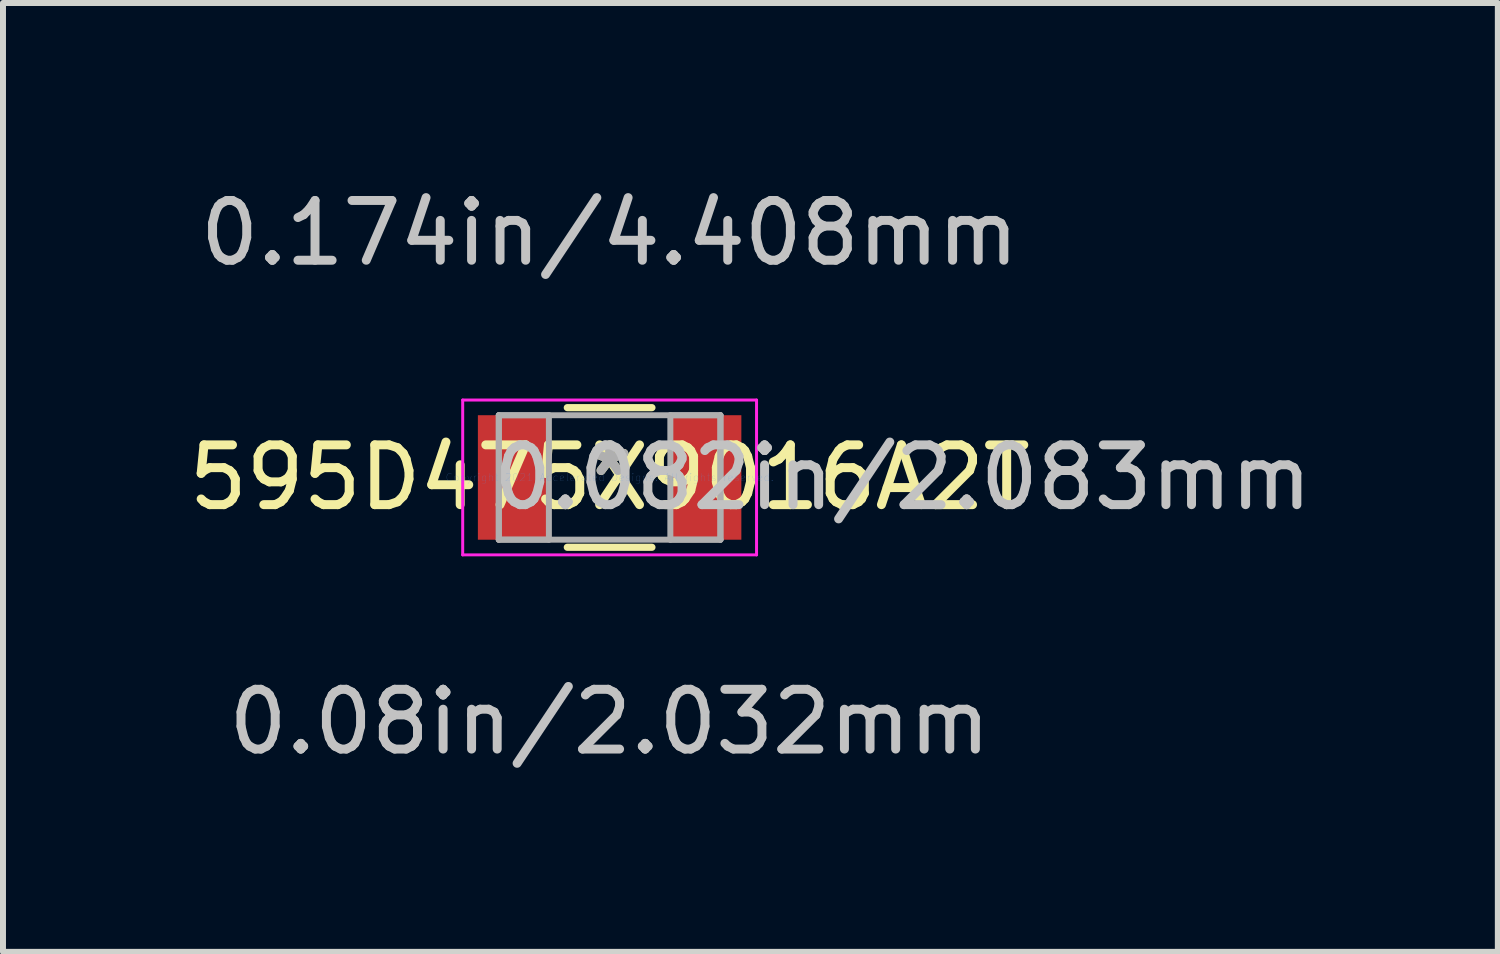
<source format=kicad_pcb>
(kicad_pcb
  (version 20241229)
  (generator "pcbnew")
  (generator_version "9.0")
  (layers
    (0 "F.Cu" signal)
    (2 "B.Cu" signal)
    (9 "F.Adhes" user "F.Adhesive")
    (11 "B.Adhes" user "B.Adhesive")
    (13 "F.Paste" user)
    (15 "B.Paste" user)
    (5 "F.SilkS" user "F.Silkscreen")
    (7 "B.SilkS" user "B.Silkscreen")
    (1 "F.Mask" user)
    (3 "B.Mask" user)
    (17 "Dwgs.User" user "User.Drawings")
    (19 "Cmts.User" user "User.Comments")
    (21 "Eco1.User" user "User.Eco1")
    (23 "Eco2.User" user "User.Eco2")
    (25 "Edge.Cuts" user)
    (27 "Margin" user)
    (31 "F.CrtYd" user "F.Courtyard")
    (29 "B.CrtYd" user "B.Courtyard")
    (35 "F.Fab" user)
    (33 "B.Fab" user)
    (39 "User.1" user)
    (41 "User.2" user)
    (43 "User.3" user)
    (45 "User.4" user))
  (footprint "595D475X9016A2T"
    (layer "F.Cu")
    (at 7.149 4.938)
    (property "Reference" "595D475X9016A2T" (at 0 0 0) (layer "F.SilkS") (effects (font (size 1 1) (thickness 0.15))))
    (attr through_hole)
    (fp_line (start -0.708 1.168) (end 0.708 1.168) (stroke (width 0.12) (type solid)) (layer "F.SilkS"))
    (fp_line (start 0.708 -1.168) (end -0.708 -1.168) (stroke (width 0.12) (type solid)) (layer "F.SilkS"))
    (fp_line (start -2.458 -1.295) (end 2.458 -1.295) (stroke (width 0.05) (type solid)) (layer "F.CrtYd"))
    (fp_line (start -2.458 1.295) (end -2.458 -1.295) (stroke (width 0.05) (type solid)) (layer "F.CrtYd"))
    (fp_line (start 2.458 -1.295) (end 2.458 1.295) (stroke (width 0.05) (type solid)) (layer "F.CrtYd"))
    (fp_line (start 2.458 1.295) (end -2.458 1.295) (stroke (width 0.05) (type solid)) (layer "F.CrtYd"))
    (fp_line (start -1.854 -1.041) (end -1.854 1.041) (stroke (width 0.1) (type solid)) (layer "F.Fab"))
    (fp_line (start -1.854 -1.041) (end -1.854 1.041) (stroke (width 0.1) (type solid)) (layer "F.Fab"))
    (fp_line (start -1.854 1.041) (end -1.016 1.041) (stroke (width 0.1) (type solid)) (layer "F.Fab"))
    (fp_line (start -1.854 1.041) (end 1.854 1.041) (stroke (width 0.1) (type solid)) (layer "F.Fab"))
    (fp_line (start -1.016 -1.041) (end -1.854 -1.041) (stroke (width 0.1) (type solid)) (layer "F.Fab"))
    (fp_line (start -1.016 1.041) (end -1.016 -1.041) (stroke (width 0.1) (type solid)) (layer "F.Fab"))
    (fp_line (start 1.016 -1.041) (end 1.016 1.041) (stroke (width 0.1) (type solid)) (layer "F.Fab"))
    (fp_line (start 1.016 1.041) (end 1.854 1.041) (stroke (width 0.1) (type solid)) (layer "F.Fab"))
    (fp_line (start 1.854 -1.041) (end -1.854 -1.041) (stroke (width 0.1) (type solid)) (layer "F.Fab"))
    (fp_line (start 1.854 -1.041) (end 1.016 -1.041) (stroke (width 0.1) (type solid)) (layer "F.Fab"))
    (fp_line (start 1.854 1.041) (end 1.854 -1.041) (stroke (width 0.1) (type solid)) (layer "F.Fab"))
    (fp_line (start 1.854 1.041) (end 1.854 -1.041) (stroke (width 0.1) (type solid)) (layer "F.Fab"))
    (fp_text user "*" (at 0 0 0) (layer "F.SilkS") (effects (font (size 1 1) (thickness 0.15))))
    (fp_text user "0.082in/2.083mm" (at 4.902 0 0) (layer "Dwgs.User") (effects (font (size 1 1) (thickness 0.15))))
    (fp_text user "0.174in/4.408mm" (at 0 -4.089 0) (layer "Dwgs.User") (effects (font (size 1 1) (thickness 0.15))))
    (fp_text user "0.08in/2.032mm" (at 0 4.089 0) (layer "Dwgs.User") (effects (font (size 1 1) (thickness 0.15))))
    (fp_text user "Copyright 2021 Accelerated Designs. All rights reserved." (at 0 0 0) (layer "Cmts.User") (effects (font (size 0.127 0.127) (thickness 0.002))))
    (fp_text user "*" (at 0 0 0) (layer "F.Fab") (effects (font (size 1 1) (thickness 0.15))))
    (pad "1" smd rect (at -1.61 0) (size 1.188 2.083) (layers "F.Cu" "F.Mask" "F.Paste"))
    (pad "2" smd rect (at 1.61 0) (size 1.188 2.083) (layers "F.Cu" "F.Mask" "F.Paste")))
  (gr_rect
    (start -3 -3)
    (end 22.009 12.875)
    (stroke (width 0.1) (type default))
    (fill no)
    (layer "Edge.Cuts")))
</source>
